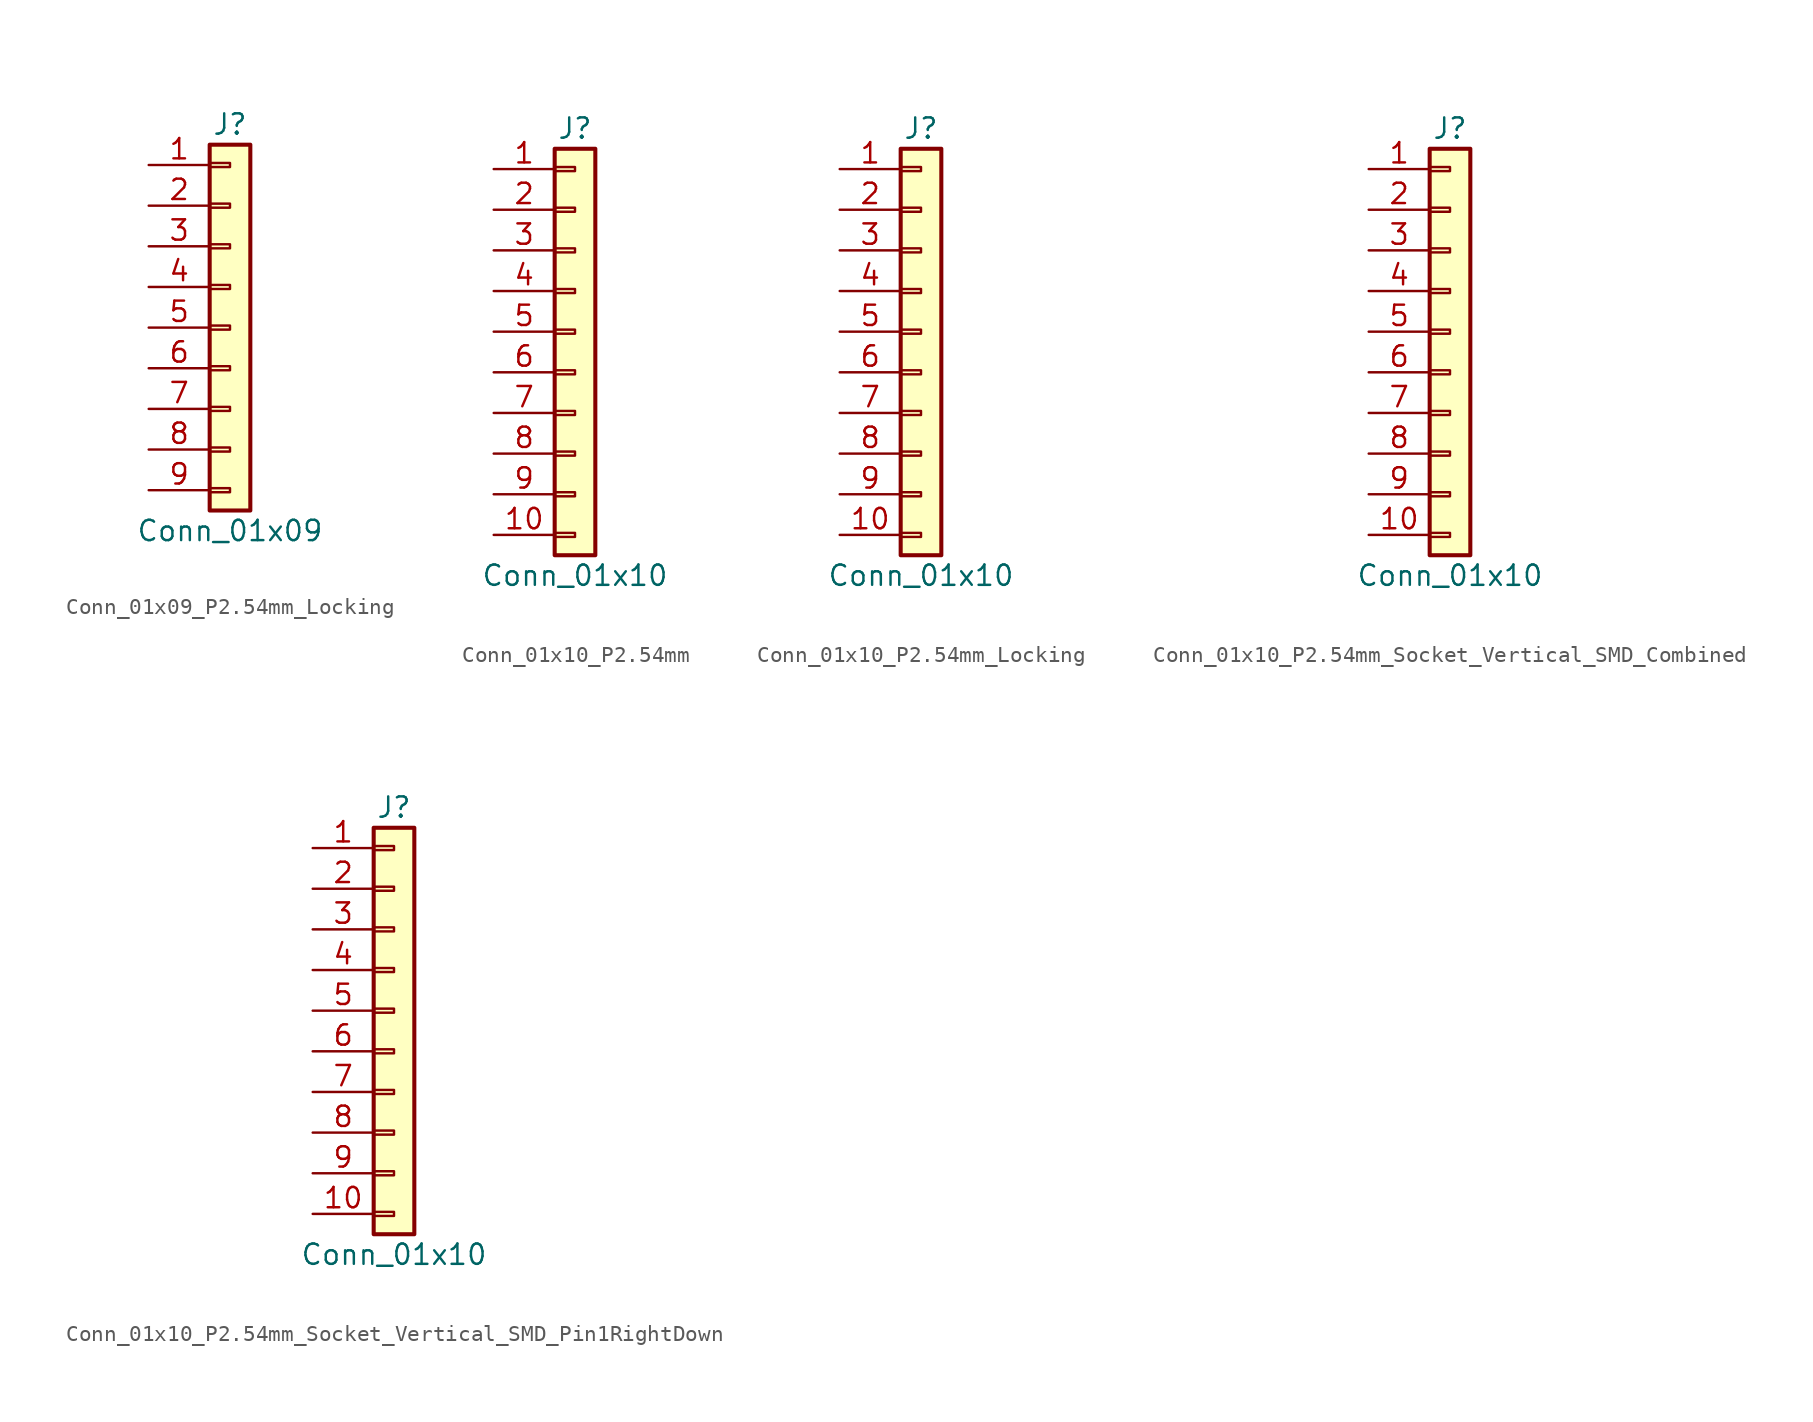
<source format=kicad_sym>
(kicad_symbol_lib
  (version 20241209)
  (generator "kicad_symbol_editor")
  (generator_version "9.0")
  (symbol "Conn_01x09_P2.54mm_Locking"
    (pin_names
      (offset 1.016)
      (hide yes))
    (property "Reference" "J"
      (at 0 12.7 0)
      (effects (font (size 1.27 1.27))))
    (property "Value" "Conn_01x09"
      (at 0 -12.7 0)
      (effects (font (size 1.27 1.27))))
    (symbol "Conn_01x09_P2.54mm_Locking_1_1"
      (rectangle (start -1.27 11.43) (end 1.27 -11.43) (stroke (width 0.254) (type default)) (fill (type background)))
      (rectangle (start -1.27 10.287) (end 0 10.033) (stroke (width 0.152) (type default)) (fill (type none)))
      (rectangle (start -1.27 7.747) (end 0 7.493) (stroke (width 0.152) (type default)) (fill (type none)))
      (rectangle (start -1.27 5.207) (end 0 4.953) (stroke (width 0.152) (type default)) (fill (type none)))
      (rectangle (start -1.27 2.667) (end 0 2.413) (stroke (width 0.152) (type default)) (fill (type none)))
      (rectangle (start -1.27 0.127) (end 0 -0.127) (stroke (width 0.152) (type default)) (fill (type none)))
      (rectangle (start -1.27 -2.413) (end 0 -2.667) (stroke (width 0.152) (type default)) (fill (type none)))
      (rectangle (start -1.27 -4.953) (end 0 -5.207) (stroke (width 0.152) (type default)) (fill (type none)))
      (rectangle (start -1.27 -7.493) (end 0 -7.747) (stroke (width 0.152) (type default)) (fill (type none)))
      (rectangle (start -1.27 -10.033) (end 0 -10.287) (stroke (width 0.152) (type default)) (fill (type none)))
      (pin passive line (at -5.08 10.16 0) (length 3.81) (name "Pin_1" (effects (font (size 1.27 1.27)))) (number "1" (effects (font (size 1.27 1.27)))))
      (pin passive line (at -5.08 7.62 0) (length 3.81) (name "Pin_2" (effects (font (size 1.27 1.27)))) (number "2" (effects (font (size 1.27 1.27)))))
      (pin passive line (at -5.08 5.08 0) (length 3.81) (name "Pin_3" (effects (font (size 1.27 1.27)))) (number "3" (effects (font (size 1.27 1.27)))))
      (pin passive line (at -5.08 2.54 0) (length 3.81) (name "Pin_4" (effects (font (size 1.27 1.27)))) (number "4" (effects (font (size 1.27 1.27)))))
      (pin passive line (at -5.08 0 0) (length 3.81) (name "Pin_5" (effects (font (size 1.27 1.27)))) (number "5" (effects (font (size 1.27 1.27)))))
      (pin passive line (at -5.08 -2.54 0) (length 3.81) (name "Pin_6" (effects (font (size 1.27 1.27)))) (number "6" (effects (font (size 1.27 1.27)))))
      (pin passive line (at -5.08 -5.08 0) (length 3.81) (name "Pin_7" (effects (font (size 1.27 1.27)))) (number "7" (effects (font (size 1.27 1.27)))))
      (pin passive line (at -5.08 -7.62 0) (length 3.81) (name "Pin_8" (effects (font (size 1.27 1.27)))) (number "8" (effects (font (size 1.27 1.27)))))
      (pin passive line (at -5.08 -10.16 0) (length 3.81) (name "Pin_9" (effects (font (size 1.27 1.27)))) (number "9" (effects (font (size 1.27 1.27)))))))
  (symbol "Conn_01x10_P2.54mm"
    (pin_names
      (offset 1.016)
      (hide yes))
    (property "Reference" "J"
      (at 0 12.7 0)
      (effects (font (size 1.27 1.27))))
    (property "Value" "Conn_01x10"
      (at 0 -15.24 0)
      (effects (font (size 1.27 1.27))))
    (symbol "Conn_01x10_P2.54mm_1_1"
      (rectangle (start -1.27 11.43) (end 1.27 -13.97) (stroke (width 0.254) (type default)) (fill (type background)))
      (rectangle (start -1.27 10.287) (end 0 10.033) (stroke (width 0.152) (type default)) (fill (type none)))
      (rectangle (start -1.27 7.747) (end 0 7.493) (stroke (width 0.152) (type default)) (fill (type none)))
      (rectangle (start -1.27 5.207) (end 0 4.953) (stroke (width 0.152) (type default)) (fill (type none)))
      (rectangle (start -1.27 2.667) (end 0 2.413) (stroke (width 0.152) (type default)) (fill (type none)))
      (rectangle (start -1.27 0.127) (end 0 -0.127) (stroke (width 0.152) (type default)) (fill (type none)))
      (rectangle (start -1.27 -2.413) (end 0 -2.667) (stroke (width 0.152) (type default)) (fill (type none)))
      (rectangle (start -1.27 -4.953) (end 0 -5.207) (stroke (width 0.152) (type default)) (fill (type none)))
      (rectangle (start -1.27 -7.493) (end 0 -7.747) (stroke (width 0.152) (type default)) (fill (type none)))
      (rectangle (start -1.27 -10.033) (end 0 -10.287) (stroke (width 0.152) (type default)) (fill (type none)))
      (rectangle (start -1.27 -12.573) (end 0 -12.827) (stroke (width 0.152) (type default)) (fill (type none)))
      (pin passive line (at -5.08 10.16 0) (length 3.81) (name "Pin_1" (effects (font (size 1.27 1.27)))) (number "1" (effects (font (size 1.27 1.27)))))
      (pin passive line (at -5.08 7.62 0) (length 3.81) (name "Pin_2" (effects (font (size 1.27 1.27)))) (number "2" (effects (font (size 1.27 1.27)))))
      (pin passive line (at -5.08 5.08 0) (length 3.81) (name "Pin_3" (effects (font (size 1.27 1.27)))) (number "3" (effects (font (size 1.27 1.27)))))
      (pin passive line (at -5.08 2.54 0) (length 3.81) (name "Pin_4" (effects (font (size 1.27 1.27)))) (number "4" (effects (font (size 1.27 1.27)))))
      (pin passive line (at -5.08 0 0) (length 3.81) (name "Pin_5" (effects (font (size 1.27 1.27)))) (number "5" (effects (font (size 1.27 1.27)))))
      (pin passive line (at -5.08 -2.54 0) (length 3.81) (name "Pin_6" (effects (font (size 1.27 1.27)))) (number "6" (effects (font (size 1.27 1.27)))))
      (pin passive line (at -5.08 -5.08 0) (length 3.81) (name "Pin_7" (effects (font (size 1.27 1.27)))) (number "7" (effects (font (size 1.27 1.27)))))
      (pin passive line (at -5.08 -7.62 0) (length 3.81) (name "Pin_8" (effects (font (size 1.27 1.27)))) (number "8" (effects (font (size 1.27 1.27)))))
      (pin passive line (at -5.08 -10.16 0) (length 3.81) (name "Pin_9" (effects (font (size 1.27 1.27)))) (number "9" (effects (font (size 1.27 1.27)))))
      (pin passive line (at -5.08 -12.7 0) (length 3.81) (name "Pin_10" (effects (font (size 1.27 1.27)))) (number "10" (effects (font (size 1.27 1.27)))))))
  (symbol "Conn_01x10_P2.54mm_Locking"
    (pin_names
      (offset 1.016)
      (hide yes))
    (property "Reference" "J"
      (at 0 12.7 0)
      (effects (font (size 1.27 1.27))))
    (property "Value" "Conn_01x10"
      (at 0 -15.24 0)
      (effects (font (size 1.27 1.27))))
    (symbol "Conn_01x10_P2.54mm_Locking_1_1"
      (rectangle (start -1.27 11.43) (end 1.27 -13.97) (stroke (width 0.254) (type default)) (fill (type background)))
      (rectangle (start -1.27 10.287) (end 0 10.033) (stroke (width 0.152) (type default)) (fill (type none)))
      (rectangle (start -1.27 7.747) (end 0 7.493) (stroke (width 0.152) (type default)) (fill (type none)))
      (rectangle (start -1.27 5.207) (end 0 4.953) (stroke (width 0.152) (type default)) (fill (type none)))
      (rectangle (start -1.27 2.667) (end 0 2.413) (stroke (width 0.152) (type default)) (fill (type none)))
      (rectangle (start -1.27 0.127) (end 0 -0.127) (stroke (width 0.152) (type default)) (fill (type none)))
      (rectangle (start -1.27 -2.413) (end 0 -2.667) (stroke (width 0.152) (type default)) (fill (type none)))
      (rectangle (start -1.27 -4.953) (end 0 -5.207) (stroke (width 0.152) (type default)) (fill (type none)))
      (rectangle (start -1.27 -7.493) (end 0 -7.747) (stroke (width 0.152) (type default)) (fill (type none)))
      (rectangle (start -1.27 -10.033) (end 0 -10.287) (stroke (width 0.152) (type default)) (fill (type none)))
      (rectangle (start -1.27 -12.573) (end 0 -12.827) (stroke (width 0.152) (type default)) (fill (type none)))
      (pin passive line (at -5.08 10.16 0) (length 3.81) (name "Pin_1" (effects (font (size 1.27 1.27)))) (number "1" (effects (font (size 1.27 1.27)))))
      (pin passive line (at -5.08 7.62 0) (length 3.81) (name "Pin_2" (effects (font (size 1.27 1.27)))) (number "2" (effects (font (size 1.27 1.27)))))
      (pin passive line (at -5.08 5.08 0) (length 3.81) (name "Pin_3" (effects (font (size 1.27 1.27)))) (number "3" (effects (font (size 1.27 1.27)))))
      (pin passive line (at -5.08 2.54 0) (length 3.81) (name "Pin_4" (effects (font (size 1.27 1.27)))) (number "4" (effects (font (size 1.27 1.27)))))
      (pin passive line (at -5.08 0 0) (length 3.81) (name "Pin_5" (effects (font (size 1.27 1.27)))) (number "5" (effects (font (size 1.27 1.27)))))
      (pin passive line (at -5.08 -2.54 0) (length 3.81) (name "Pin_6" (effects (font (size 1.27 1.27)))) (number "6" (effects (font (size 1.27 1.27)))))
      (pin passive line (at -5.08 -5.08 0) (length 3.81) (name "Pin_7" (effects (font (size 1.27 1.27)))) (number "7" (effects (font (size 1.27 1.27)))))
      (pin passive line (at -5.08 -7.62 0) (length 3.81) (name "Pin_8" (effects (font (size 1.27 1.27)))) (number "8" (effects (font (size 1.27 1.27)))))
      (pin passive line (at -5.08 -10.16 0) (length 3.81) (name "Pin_9" (effects (font (size 1.27 1.27)))) (number "9" (effects (font (size 1.27 1.27)))))
      (pin passive line (at -5.08 -12.7 0) (length 3.81) (name "Pin_10" (effects (font (size 1.27 1.27)))) (number "10" (effects (font (size 1.27 1.27)))))))
  (symbol "Conn_01x10_P2.54mm_Socket_Vertical_SMD_Combined"
    (pin_names
      (offset 1.016)
      (hide yes))
    (property "Reference" "J"
      (at 0 12.7 0)
      (effects (font (size 1.27 1.27))))
    (property "Value" "Conn_01x10"
      (at 0 -15.24 0)
      (effects (font (size 1.27 1.27))))
    (symbol "Conn_01x10_P2.54mm_Socket_Vertical_SMD_Combined_1_1"
      (rectangle (start -1.27 11.43) (end 1.27 -13.97) (stroke (width 0.254) (type default)) (fill (type background)))
      (rectangle (start -1.27 10.287) (end 0 10.033) (stroke (width 0.152) (type default)) (fill (type none)))
      (rectangle (start -1.27 7.747) (end 0 7.493) (stroke (width 0.152) (type default)) (fill (type none)))
      (rectangle (start -1.27 5.207) (end 0 4.953) (stroke (width 0.152) (type default)) (fill (type none)))
      (rectangle (start -1.27 2.667) (end 0 2.413) (stroke (width 0.152) (type default)) (fill (type none)))
      (rectangle (start -1.27 0.127) (end 0 -0.127) (stroke (width 0.152) (type default)) (fill (type none)))
      (rectangle (start -1.27 -2.413) (end 0 -2.667) (stroke (width 0.152) (type default)) (fill (type none)))
      (rectangle (start -1.27 -4.953) (end 0 -5.207) (stroke (width 0.152) (type default)) (fill (type none)))
      (rectangle (start -1.27 -7.493) (end 0 -7.747) (stroke (width 0.152) (type default)) (fill (type none)))
      (rectangle (start -1.27 -10.033) (end 0 -10.287) (stroke (width 0.152) (type default)) (fill (type none)))
      (rectangle (start -1.27 -12.573) (end 0 -12.827) (stroke (width 0.152) (type default)) (fill (type none)))
      (pin passive line (at -5.08 10.16 0) (length 3.81) (name "Pin_1" (effects (font (size 1.27 1.27)))) (number "1" (effects (font (size 1.27 1.27)))))
      (pin passive line (at -5.08 7.62 0) (length 3.81) (name "Pin_2" (effects (font (size 1.27 1.27)))) (number "2" (effects (font (size 1.27 1.27)))))
      (pin passive line (at -5.08 5.08 0) (length 3.81) (name "Pin_3" (effects (font (size 1.27 1.27)))) (number "3" (effects (font (size 1.27 1.27)))))
      (pin passive line (at -5.08 2.54 0) (length 3.81) (name "Pin_4" (effects (font (size 1.27 1.27)))) (number "4" (effects (font (size 1.27 1.27)))))
      (pin passive line (at -5.08 0 0) (length 3.81) (name "Pin_5" (effects (font (size 1.27 1.27)))) (number "5" (effects (font (size 1.27 1.27)))))
      (pin passive line (at -5.08 -2.54 0) (length 3.81) (name "Pin_6" (effects (font (size 1.27 1.27)))) (number "6" (effects (font (size 1.27 1.27)))))
      (pin passive line (at -5.08 -5.08 0) (length 3.81) (name "Pin_7" (effects (font (size 1.27 1.27)))) (number "7" (effects (font (size 1.27 1.27)))))
      (pin passive line (at -5.08 -7.62 0) (length 3.81) (name "Pin_8" (effects (font (size 1.27 1.27)))) (number "8" (effects (font (size 1.27 1.27)))))
      (pin passive line (at -5.08 -10.16 0) (length 3.81) (name "Pin_9" (effects (font (size 1.27 1.27)))) (number "9" (effects (font (size 1.27 1.27)))))
      (pin passive line (at -5.08 -12.7 0) (length 3.81) (name "Pin_10" (effects (font (size 1.27 1.27)))) (number "10" (effects (font (size 1.27 1.27)))))))
  (symbol "Conn_01x10_P2.54mm_Socket_Vertical_SMD_Pin1RightDown"
    (pin_names
      (offset 1.016)
      (hide yes))
    (property "Reference" "J"
      (at 0 12.7 0)
      (effects (font (size 1.27 1.27))))
    (property "Value" "Conn_01x10"
      (at 0 -15.24 0)
      (effects (font (size 1.27 1.27))))
    (symbol "Conn_01x10_P2.54mm_Socket_Vertical_SMD_Pin1RightDown_1_1"
      (rectangle (start -1.27 11.43) (end 1.27 -13.97) (stroke (width 0.254) (type default)) (fill (type background)))
      (rectangle (start -1.27 10.287) (end 0 10.033) (stroke (width 0.152) (type default)) (fill (type none)))
      (rectangle (start -1.27 7.747) (end 0 7.493) (stroke (width 0.152) (type default)) (fill (type none)))
      (rectangle (start -1.27 5.207) (end 0 4.953) (stroke (width 0.152) (type default)) (fill (type none)))
      (rectangle (start -1.27 2.667) (end 0 2.413) (stroke (width 0.152) (type default)) (fill (type none)))
      (rectangle (start -1.27 0.127) (end 0 -0.127) (stroke (width 0.152) (type default)) (fill (type none)))
      (rectangle (start -1.27 -2.413) (end 0 -2.667) (stroke (width 0.152) (type default)) (fill (type none)))
      (rectangle (start -1.27 -4.953) (end 0 -5.207) (stroke (width 0.152) (type default)) (fill (type none)))
      (rectangle (start -1.27 -7.493) (end 0 -7.747) (stroke (width 0.152) (type default)) (fill (type none)))
      (rectangle (start -1.27 -10.033) (end 0 -10.287) (stroke (width 0.152) (type default)) (fill (type none)))
      (rectangle (start -1.27 -12.573) (end 0 -12.827) (stroke (width 0.152) (type default)) (fill (type none)))
      (pin passive line (at -5.08 10.16 0) (length 3.81) (name "Pin_1" (effects (font (size 1.27 1.27)))) (number "1" (effects (font (size 1.27 1.27)))))
      (pin passive line (at -5.08 7.62 0) (length 3.81) (name "Pin_2" (effects (font (size 1.27 1.27)))) (number "2" (effects (font (size 1.27 1.27)))))
      (pin passive line (at -5.08 5.08 0) (length 3.81) (name "Pin_3" (effects (font (size 1.27 1.27)))) (number "3" (effects (font (size 1.27 1.27)))))
      (pin passive line (at -5.08 2.54 0) (length 3.81) (name "Pin_4" (effects (font (size 1.27 1.27)))) (number "4" (effects (font (size 1.27 1.27)))))
      (pin passive line (at -5.08 0 0) (length 3.81) (name "Pin_5" (effects (font (size 1.27 1.27)))) (number "5" (effects (font (size 1.27 1.27)))))
      (pin passive line (at -5.08 -2.54 0) (length 3.81) (name "Pin_6" (effects (font (size 1.27 1.27)))) (number "6" (effects (font (size 1.27 1.27)))))
      (pin passive line (at -5.08 -5.08 0) (length 3.81) (name "Pin_7" (effects (font (size 1.27 1.27)))) (number "7" (effects (font (size 1.27 1.27)))))
      (pin passive line (at -5.08 -7.62 0) (length 3.81) (name "Pin_8" (effects (font (size 1.27 1.27)))) (number "8" (effects (font (size 1.27 1.27)))))
      (pin passive line (at -5.08 -10.16 0) (length 3.81) (name "Pin_9" (effects (font (size 1.27 1.27)))) (number "9" (effects (font (size 1.27 1.27)))))
      (pin passive line (at -5.08 -12.7 0) (length 3.81) (name "Pin_10" (effects (font (size 1.27 1.27)))) (number "10" (effects (font (size 1.27 1.27))))))))
</source>
